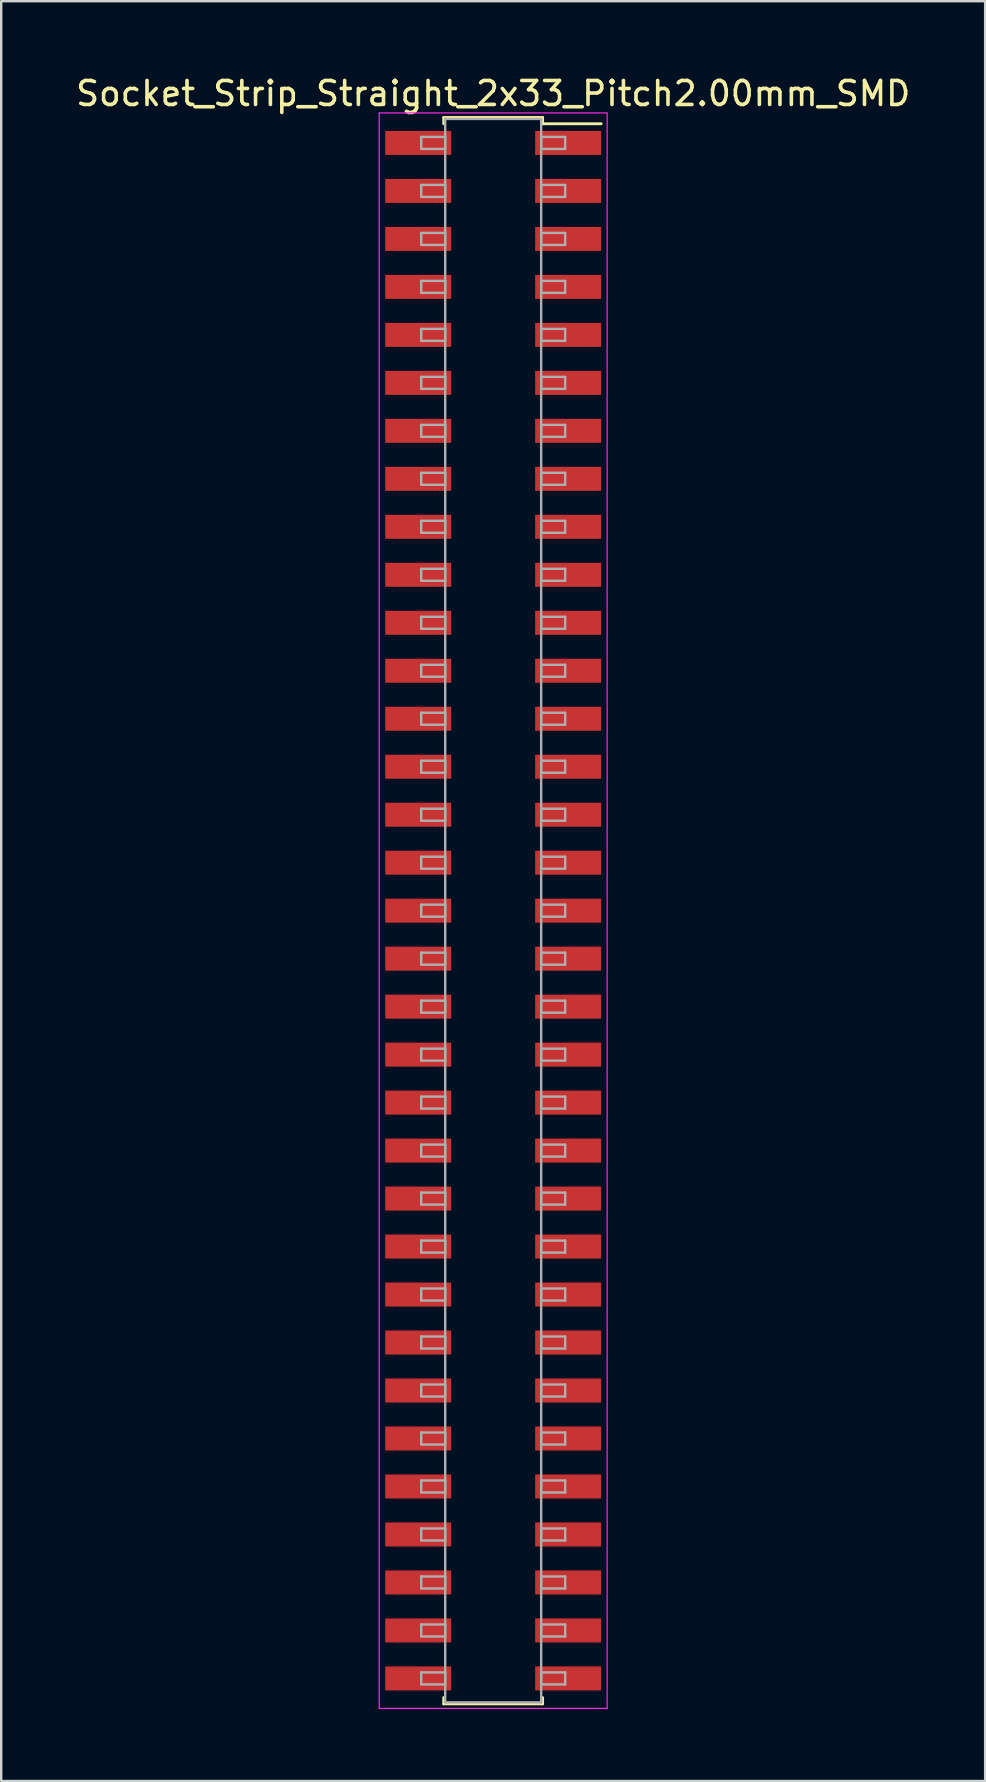
<source format=kicad_pcb>
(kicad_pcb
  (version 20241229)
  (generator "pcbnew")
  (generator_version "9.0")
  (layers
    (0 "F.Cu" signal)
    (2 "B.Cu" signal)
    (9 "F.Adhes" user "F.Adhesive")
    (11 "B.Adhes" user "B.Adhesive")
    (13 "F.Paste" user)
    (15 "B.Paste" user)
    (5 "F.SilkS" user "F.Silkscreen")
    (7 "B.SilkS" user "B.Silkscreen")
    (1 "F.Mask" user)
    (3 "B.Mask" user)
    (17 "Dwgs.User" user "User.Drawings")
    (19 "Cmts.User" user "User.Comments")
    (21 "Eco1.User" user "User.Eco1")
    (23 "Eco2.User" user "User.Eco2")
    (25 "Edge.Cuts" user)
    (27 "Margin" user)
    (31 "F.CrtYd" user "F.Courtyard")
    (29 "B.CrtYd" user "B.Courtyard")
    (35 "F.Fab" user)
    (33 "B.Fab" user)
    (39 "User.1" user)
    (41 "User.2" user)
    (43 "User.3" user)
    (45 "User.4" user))
  (footprint "Socket_Strip_Straight_2x33_Pitch2.00mm_SMD"
    (layer "F.Cu")
    (at 17.506 34.908)
    (property "Reference" "Socket_Strip_Straight_2x33_Pitch2.00mm_SMD" (at 0 -34.06 0) (layer "F.SilkS") (effects (font (size 1 1) (thickness 0.15))))
    (attr smd)
    (fp_line (start -2.06 -33.06) (end 2.06 -33.06) (stroke (width 0.12) (type solid)) (layer "F.SilkS"))
    (fp_line (start -2.06 -32.8) (end -2.06 -33.06) (stroke (width 0.12) (type solid)) (layer "F.SilkS"))
    (fp_line (start -2.06 32.8) (end -2.06 33.06) (stroke (width 0.12) (type solid)) (layer "F.SilkS"))
    (fp_line (start -2.06 33.06) (end 2.06 33.06) (stroke (width 0.12) (type solid)) (layer "F.SilkS"))
    (fp_line (start 2.06 -33.06) (end 2.06 -32.8) (stroke (width 0.12) (type solid)) (layer "F.SilkS"))
    (fp_line (start 2.06 33.06) (end 2.06 32.8) (stroke (width 0.12) (type solid)) (layer "F.SilkS"))
    (fp_line (start 4.5 -32.8) (end 2.06 -32.8) (stroke (width 0.12) (type solid)) (layer "F.SilkS"))
    (fp_line (start -4.75 -33.25) (end -4.75 33.25) (stroke (width 0.05) (type solid)) (layer "F.CrtYd"))
    (fp_line (start -4.75 33.25) (end 4.75 33.25) (stroke (width 0.05) (type solid)) (layer "F.CrtYd"))
    (fp_line (start 4.75 -33.25) (end -4.75 -33.25) (stroke (width 0.05) (type solid)) (layer "F.CrtYd"))
    (fp_line (start 4.75 33.25) (end 4.75 -33.25) (stroke (width 0.05) (type solid)) (layer "F.CrtYd"))
    (fp_line (start -3 -32.25) (end -2 -32.25) (stroke (width 0.1) (type solid)) (layer "F.Fab"))
    (fp_line (start -3 -31.75) (end -3 -32.25) (stroke (width 0.1) (type solid)) (layer "F.Fab"))
    (fp_line (start -3 -30.25) (end -2 -30.25) (stroke (width 0.1) (type solid)) (layer "F.Fab"))
    (fp_line (start -3 -29.75) (end -3 -30.25) (stroke (width 0.1) (type solid)) (layer "F.Fab"))
    (fp_line (start -3 -28.25) (end -2 -28.25) (stroke (width 0.1) (type solid)) (layer "F.Fab"))
    (fp_line (start -3 -27.75) (end -3 -28.25) (stroke (width 0.1) (type solid)) (layer "F.Fab"))
    (fp_line (start -3 -26.25) (end -2 -26.25) (stroke (width 0.1) (type solid)) (layer "F.Fab"))
    (fp_line (start -3 -25.75) (end -3 -26.25) (stroke (width 0.1) (type solid)) (layer "F.Fab"))
    (fp_line (start -3 -24.25) (end -2 -24.25) (stroke (width 0.1) (type solid)) (layer "F.Fab"))
    (fp_line (start -3 -23.75) (end -3 -24.25) (stroke (width 0.1) (type solid)) (layer "F.Fab"))
    (fp_line (start -3 -22.25) (end -2 -22.25) (stroke (width 0.1) (type solid)) (layer "F.Fab"))
    (fp_line (start -3 -21.75) (end -3 -22.25) (stroke (width 0.1) (type solid)) (layer "F.Fab"))
    (fp_line (start -3 -20.25) (end -2 -20.25) (stroke (width 0.1) (type solid)) (layer "F.Fab"))
    (fp_line (start -3 -19.75) (end -3 -20.25) (stroke (width 0.1) (type solid)) (layer "F.Fab"))
    (fp_line (start -3 -18.25) (end -2 -18.25) (stroke (width 0.1) (type solid)) (layer "F.Fab"))
    (fp_line (start -3 -17.75) (end -3 -18.25) (stroke (width 0.1) (type solid)) (layer "F.Fab"))
    (fp_line (start -3 -16.25) (end -2 -16.25) (stroke (width 0.1) (type solid)) (layer "F.Fab"))
    (fp_line (start -3 -15.75) (end -3 -16.25) (stroke (width 0.1) (type solid)) (layer "F.Fab"))
    (fp_line (start -3 -14.25) (end -2 -14.25) (stroke (width 0.1) (type solid)) (layer "F.Fab"))
    (fp_line (start -3 -13.75) (end -3 -14.25) (stroke (width 0.1) (type solid)) (layer "F.Fab"))
    (fp_line (start -3 -12.25) (end -2 -12.25) (stroke (width 0.1) (type solid)) (layer "F.Fab"))
    (fp_line (start -3 -11.75) (end -3 -12.25) (stroke (width 0.1) (type solid)) (layer "F.Fab"))
    (fp_line (start -3 -10.25) (end -2 -10.25) (stroke (width 0.1) (type solid)) (layer "F.Fab"))
    (fp_line (start -3 -9.75) (end -3 -10.25) (stroke (width 0.1) (type solid)) (layer "F.Fab"))
    (fp_line (start -3 -8.25) (end -2 -8.25) (stroke (width 0.1) (type solid)) (layer "F.Fab"))
    (fp_line (start -3 -7.75) (end -3 -8.25) (stroke (width 0.1) (type solid)) (layer "F.Fab"))
    (fp_line (start -3 -6.25) (end -2 -6.25) (stroke (width 0.1) (type solid)) (layer "F.Fab"))
    (fp_line (start -3 -5.75) (end -3 -6.25) (stroke (width 0.1) (type solid)) (layer "F.Fab"))
    (fp_line (start -3 -4.25) (end -2 -4.25) (stroke (width 0.1) (type solid)) (layer "F.Fab"))
    (fp_line (start -3 -3.75) (end -3 -4.25) (stroke (width 0.1) (type solid)) (layer "F.Fab"))
    (fp_line (start -3 -2.25) (end -2 -2.25) (stroke (width 0.1) (type solid)) (layer "F.Fab"))
    (fp_line (start -3 -1.75) (end -3 -2.25) (stroke (width 0.1) (type solid)) (layer "F.Fab"))
    (fp_line (start -3 -0.25) (end -2 -0.25) (stroke (width 0.1) (type solid)) (layer "F.Fab"))
    (fp_line (start -3 0.25) (end -3 -0.25) (stroke (width 0.1) (type solid)) (layer "F.Fab"))
    (fp_line (start -3 1.75) (end -2 1.75) (stroke (width 0.1) (type solid)) (layer "F.Fab"))
    (fp_line (start -3 2.25) (end -3 1.75) (stroke (width 0.1) (type solid)) (layer "F.Fab"))
    (fp_line (start -3 3.75) (end -2 3.75) (stroke (width 0.1) (type solid)) (layer "F.Fab"))
    (fp_line (start -3 4.25) (end -3 3.75) (stroke (width 0.1) (type solid)) (layer "F.Fab"))
    (fp_line (start -3 5.75) (end -2 5.75) (stroke (width 0.1) (type solid)) (layer "F.Fab"))
    (fp_line (start -3 6.25) (end -3 5.75) (stroke (width 0.1) (type solid)) (layer "F.Fab"))
    (fp_line (start -3 7.75) (end -2 7.75) (stroke (width 0.1) (type solid)) (layer "F.Fab"))
    (fp_line (start -3 8.25) (end -3 7.75) (stroke (width 0.1) (type solid)) (layer "F.Fab"))
    (fp_line (start -3 9.75) (end -2 9.75) (stroke (width 0.1) (type solid)) (layer "F.Fab"))
    (fp_line (start -3 10.25) (end -3 9.75) (stroke (width 0.1) (type solid)) (layer "F.Fab"))
    (fp_line (start -3 11.75) (end -2 11.75) (stroke (width 0.1) (type solid)) (layer "F.Fab"))
    (fp_line (start -3 12.25) (end -3 11.75) (stroke (width 0.1) (type solid)) (layer "F.Fab"))
    (fp_line (start -3 13.75) (end -2 13.75) (stroke (width 0.1) (type solid)) (layer "F.Fab"))
    (fp_line (start -3 14.25) (end -3 13.75) (stroke (width 0.1) (type solid)) (layer "F.Fab"))
    (fp_line (start -3 15.75) (end -2 15.75) (stroke (width 0.1) (type solid)) (layer "F.Fab"))
    (fp_line (start -3 16.25) (end -3 15.75) (stroke (width 0.1) (type solid)) (layer "F.Fab"))
    (fp_line (start -3 17.75) (end -2 17.75) (stroke (width 0.1) (type solid)) (layer "F.Fab"))
    (fp_line (start -3 18.25) (end -3 17.75) (stroke (width 0.1) (type solid)) (layer "F.Fab"))
    (fp_line (start -3 19.75) (end -2 19.75) (stroke (width 0.1) (type solid)) (layer "F.Fab"))
    (fp_line (start -3 20.25) (end -3 19.75) (stroke (width 0.1) (type solid)) (layer "F.Fab"))
    (fp_line (start -3 21.75) (end -2 21.75) (stroke (width 0.1) (type solid)) (layer "F.Fab"))
    (fp_line (start -3 22.25) (end -3 21.75) (stroke (width 0.1) (type solid)) (layer "F.Fab"))
    (fp_line (start -3 23.75) (end -2 23.75) (stroke (width 0.1) (type solid)) (layer "F.Fab"))
    (fp_line (start -3 24.25) (end -3 23.75) (stroke (width 0.1) (type solid)) (layer "F.Fab"))
    (fp_line (start -3 25.75) (end -2 25.75) (stroke (width 0.1) (type solid)) (layer "F.Fab"))
    (fp_line (start -3 26.25) (end -3 25.75) (stroke (width 0.1) (type solid)) (layer "F.Fab"))
    (fp_line (start -3 27.75) (end -2 27.75) (stroke (width 0.1) (type solid)) (layer "F.Fab"))
    (fp_line (start -3 28.25) (end -3 27.75) (stroke (width 0.1) (type solid)) (layer "F.Fab"))
    (fp_line (start -3 29.75) (end -2 29.75) (stroke (width 0.1) (type solid)) (layer "F.Fab"))
    (fp_line (start -3 30.25) (end -3 29.75) (stroke (width 0.1) (type solid)) (layer "F.Fab"))
    (fp_line (start -3 31.75) (end -2 31.75) (stroke (width 0.1) (type solid)) (layer "F.Fab"))
    (fp_line (start -3 32.25) (end -3 31.75) (stroke (width 0.1) (type solid)) (layer "F.Fab"))
    (fp_line (start -2 -33) (end -2 33) (stroke (width 0.1) (type solid)) (layer "F.Fab"))
    (fp_line (start -2 -32.25) (end -2 -31.75) (stroke (width 0.1) (type solid)) (layer "F.Fab"))
    (fp_line (start -2 -31.75) (end -3 -31.75) (stroke (width 0.1) (type solid)) (layer "F.Fab"))
    (fp_line (start -2 -30.25) (end -2 -29.75) (stroke (width 0.1) (type solid)) (layer "F.Fab"))
    (fp_line (start -2 -29.75) (end -3 -29.75) (stroke (width 0.1) (type solid)) (layer "F.Fab"))
    (fp_line (start -2 -28.25) (end -2 -27.75) (stroke (width 0.1) (type solid)) (layer "F.Fab"))
    (fp_line (start -2 -27.75) (end -3 -27.75) (stroke (width 0.1) (type solid)) (layer "F.Fab"))
    (fp_line (start -2 -26.25) (end -2 -25.75) (stroke (width 0.1) (type solid)) (layer "F.Fab"))
    (fp_line (start -2 -25.75) (end -3 -25.75) (stroke (width 0.1) (type solid)) (layer "F.Fab"))
    (fp_line (start -2 -24.25) (end -2 -23.75) (stroke (width 0.1) (type solid)) (layer "F.Fab"))
    (fp_line (start -2 -23.75) (end -3 -23.75) (stroke (width 0.1) (type solid)) (layer "F.Fab"))
    (fp_line (start -2 -22.25) (end -2 -21.75) (stroke (width 0.1) (type solid)) (layer "F.Fab"))
    (fp_line (start -2 -21.75) (end -3 -21.75) (stroke (width 0.1) (type solid)) (layer "F.Fab"))
    (fp_line (start -2 -20.25) (end -2 -19.75) (stroke (width 0.1) (type solid)) (layer "F.Fab"))
    (fp_line (start -2 -19.75) (end -3 -19.75) (stroke (width 0.1) (type solid)) (layer "F.Fab"))
    (fp_line (start -2 -18.25) (end -2 -17.75) (stroke (width 0.1) (type solid)) (layer "F.Fab"))
    (fp_line (start -2 -17.75) (end -3 -17.75) (stroke (width 0.1) (type solid)) (layer "F.Fab"))
    (fp_line (start -2 -16.25) (end -2 -15.75) (stroke (width 0.1) (type solid)) (layer "F.Fab"))
    (fp_line (start -2 -15.75) (end -3 -15.75) (stroke (width 0.1) (type solid)) (layer "F.Fab"))
    (fp_line (start -2 -14.25) (end -2 -13.75) (stroke (width 0.1) (type solid)) (layer "F.Fab"))
    (fp_line (start -2 -13.75) (end -3 -13.75) (stroke (width 0.1) (type solid)) (layer "F.Fab"))
    (fp_line (start -2 -12.25) (end -2 -11.75) (stroke (width 0.1) (type solid)) (layer "F.Fab"))
    (fp_line (start -2 -11.75) (end -3 -11.75) (stroke (width 0.1) (type solid)) (layer "F.Fab"))
    (fp_line (start -2 -10.25) (end -2 -9.75) (stroke (width 0.1) (type solid)) (layer "F.Fab"))
    (fp_line (start -2 -9.75) (end -3 -9.75) (stroke (width 0.1) (type solid)) (layer "F.Fab"))
    (fp_line (start -2 -8.25) (end -2 -7.75) (stroke (width 0.1) (type solid)) (layer "F.Fab"))
    (fp_line (start -2 -7.75) (end -3 -7.75) (stroke (width 0.1) (type solid)) (layer "F.Fab"))
    (fp_line (start -2 -6.25) (end -2 -5.75) (stroke (width 0.1) (type solid)) (layer "F.Fab"))
    (fp_line (start -2 -5.75) (end -3 -5.75) (stroke (width 0.1) (type solid)) (layer "F.Fab"))
    (fp_line (start -2 -4.25) (end -2 -3.75) (stroke (width 0.1) (type solid)) (layer "F.Fab"))
    (fp_line (start -2 -3.75) (end -3 -3.75) (stroke (width 0.1) (type solid)) (layer "F.Fab"))
    (fp_line (start -2 -2.25) (end -2 -1.75) (stroke (width 0.1) (type solid)) (layer "F.Fab"))
    (fp_line (start -2 -1.75) (end -3 -1.75) (stroke (width 0.1) (type solid)) (layer "F.Fab"))
    (fp_line (start -2 -0.25) (end -2 0.25) (stroke (width 0.1) (type solid)) (layer "F.Fab"))
    (fp_line (start -2 0.25) (end -3 0.25) (stroke (width 0.1) (type solid)) (layer "F.Fab"))
    (fp_line (start -2 1.75) (end -2 2.25) (stroke (width 0.1) (type solid)) (layer "F.Fab"))
    (fp_line (start -2 2.25) (end -3 2.25) (stroke (width 0.1) (type solid)) (layer "F.Fab"))
    (fp_line (start -2 3.75) (end -2 4.25) (stroke (width 0.1) (type solid)) (layer "F.Fab"))
    (fp_line (start -2 4.25) (end -3 4.25) (stroke (width 0.1) (type solid)) (layer "F.Fab"))
    (fp_line (start -2 5.75) (end -2 6.25) (stroke (width 0.1) (type solid)) (layer "F.Fab"))
    (fp_line (start -2 6.25) (end -3 6.25) (stroke (width 0.1) (type solid)) (layer "F.Fab"))
    (fp_line (start -2 7.75) (end -2 8.25) (stroke (width 0.1) (type solid)) (layer "F.Fab"))
    (fp_line (start -2 8.25) (end -3 8.25) (stroke (width 0.1) (type solid)) (layer "F.Fab"))
    (fp_line (start -2 9.75) (end -2 10.25) (stroke (width 0.1) (type solid)) (layer "F.Fab"))
    (fp_line (start -2 10.25) (end -3 10.25) (stroke (width 0.1) (type solid)) (layer "F.Fab"))
    (fp_line (start -2 11.75) (end -2 12.25) (stroke (width 0.1) (type solid)) (layer "F.Fab"))
    (fp_line (start -2 12.25) (end -3 12.25) (stroke (width 0.1) (type solid)) (layer "F.Fab"))
    (fp_line (start -2 13.75) (end -2 14.25) (stroke (width 0.1) (type solid)) (layer "F.Fab"))
    (fp_line (start -2 14.25) (end -3 14.25) (stroke (width 0.1) (type solid)) (layer "F.Fab"))
    (fp_line (start -2 15.75) (end -2 16.25) (stroke (width 0.1) (type solid)) (layer "F.Fab"))
    (fp_line (start -2 16.25) (end -3 16.25) (stroke (width 0.1) (type solid)) (layer "F.Fab"))
    (fp_line (start -2 17.75) (end -2 18.25) (stroke (width 0.1) (type solid)) (layer "F.Fab"))
    (fp_line (start -2 18.25) (end -3 18.25) (stroke (width 0.1) (type solid)) (layer "F.Fab"))
    (fp_line (start -2 19.75) (end -2 20.25) (stroke (width 0.1) (type solid)) (layer "F.Fab"))
    (fp_line (start -2 20.25) (end -3 20.25) (stroke (width 0.1) (type solid)) (layer "F.Fab"))
    (fp_line (start -2 21.75) (end -2 22.25) (stroke (width 0.1) (type solid)) (layer "F.Fab"))
    (fp_line (start -2 22.25) (end -3 22.25) (stroke (width 0.1) (type solid)) (layer "F.Fab"))
    (fp_line (start -2 23.75) (end -2 24.25) (stroke (width 0.1) (type solid)) (layer "F.Fab"))
    (fp_line (start -2 24.25) (end -3 24.25) (stroke (width 0.1) (type solid)) (layer "F.Fab"))
    (fp_line (start -2 25.75) (end -2 26.25) (stroke (width 0.1) (type solid)) (layer "F.Fab"))
    (fp_line (start -2 26.25) (end -3 26.25) (stroke (width 0.1) (type solid)) (layer "F.Fab"))
    (fp_line (start -2 27.75) (end -2 28.25) (stroke (width 0.1) (type solid)) (layer "F.Fab"))
    (fp_line (start -2 28.25) (end -3 28.25) (stroke (width 0.1) (type solid)) (layer "F.Fab"))
    (fp_line (start -2 29.75) (end -2 30.25) (stroke (width 0.1) (type solid)) (layer "F.Fab"))
    (fp_line (start -2 30.25) (end -3 30.25) (stroke (width 0.1) (type solid)) (layer "F.Fab"))
    (fp_line (start -2 31.75) (end -2 32.25) (stroke (width 0.1) (type solid)) (layer "F.Fab"))
    (fp_line (start -2 32.25) (end -3 32.25) (stroke (width 0.1) (type solid)) (layer "F.Fab"))
    (fp_line (start -2 33) (end 2 33) (stroke (width 0.1) (type solid)) (layer "F.Fab"))
    (fp_line (start 2 -33) (end -2 -33) (stroke (width 0.1) (type solid)) (layer "F.Fab"))
    (fp_line (start 2 -32.25) (end 2 -31.75) (stroke (width 0.1) (type solid)) (layer "F.Fab"))
    (fp_line (start 2 -31.75) (end 3 -31.75) (stroke (width 0.1) (type solid)) (layer "F.Fab"))
    (fp_line (start 2 -30.25) (end 2 -29.75) (stroke (width 0.1) (type solid)) (layer "F.Fab"))
    (fp_line (start 2 -29.75) (end 3 -29.75) (stroke (width 0.1) (type solid)) (layer "F.Fab"))
    (fp_line (start 2 -28.25) (end 2 -27.75) (stroke (width 0.1) (type solid)) (layer "F.Fab"))
    (fp_line (start 2 -27.75) (end 3 -27.75) (stroke (width 0.1) (type solid)) (layer "F.Fab"))
    (fp_line (start 2 -26.25) (end 2 -25.75) (stroke (width 0.1) (type solid)) (layer "F.Fab"))
    (fp_line (start 2 -25.75) (end 3 -25.75) (stroke (width 0.1) (type solid)) (layer "F.Fab"))
    (fp_line (start 2 -24.25) (end 2 -23.75) (stroke (width 0.1) (type solid)) (layer "F.Fab"))
    (fp_line (start 2 -23.75) (end 3 -23.75) (stroke (width 0.1) (type solid)) (layer "F.Fab"))
    (fp_line (start 2 -22.25) (end 2 -21.75) (stroke (width 0.1) (type solid)) (layer "F.Fab"))
    (fp_line (start 2 -21.75) (end 3 -21.75) (stroke (width 0.1) (type solid)) (layer "F.Fab"))
    (fp_line (start 2 -20.25) (end 2 -19.75) (stroke (width 0.1) (type solid)) (layer "F.Fab"))
    (fp_line (start 2 -19.75) (end 3 -19.75) (stroke (width 0.1) (type solid)) (layer "F.Fab"))
    (fp_line (start 2 -18.25) (end 2 -17.75) (stroke (width 0.1) (type solid)) (layer "F.Fab"))
    (fp_line (start 2 -17.75) (end 3 -17.75) (stroke (width 0.1) (type solid)) (layer "F.Fab"))
    (fp_line (start 2 -16.25) (end 2 -15.75) (stroke (width 0.1) (type solid)) (layer "F.Fab"))
    (fp_line (start 2 -15.75) (end 3 -15.75) (stroke (width 0.1) (type solid)) (layer "F.Fab"))
    (fp_line (start 2 -14.25) (end 2 -13.75) (stroke (width 0.1) (type solid)) (layer "F.Fab"))
    (fp_line (start 2 -13.75) (end 3 -13.75) (stroke (width 0.1) (type solid)) (layer "F.Fab"))
    (fp_line (start 2 -12.25) (end 2 -11.75) (stroke (width 0.1) (type solid)) (layer "F.Fab"))
    (fp_line (start 2 -11.75) (end 3 -11.75) (stroke (width 0.1) (type solid)) (layer "F.Fab"))
    (fp_line (start 2 -10.25) (end 2 -9.75) (stroke (width 0.1) (type solid)) (layer "F.Fab"))
    (fp_line (start 2 -9.75) (end 3 -9.75) (stroke (width 0.1) (type solid)) (layer "F.Fab"))
    (fp_line (start 2 -8.25) (end 2 -7.75) (stroke (width 0.1) (type solid)) (layer "F.Fab"))
    (fp_line (start 2 -7.75) (end 3 -7.75) (stroke (width 0.1) (type solid)) (layer "F.Fab"))
    (fp_line (start 2 -6.25) (end 2 -5.75) (stroke (width 0.1) (type solid)) (layer "F.Fab"))
    (fp_line (start 2 -5.75) (end 3 -5.75) (stroke (width 0.1) (type solid)) (layer "F.Fab"))
    (fp_line (start 2 -4.25) (end 2 -3.75) (stroke (width 0.1) (type solid)) (layer "F.Fab"))
    (fp_line (start 2 -3.75) (end 3 -3.75) (stroke (width 0.1) (type solid)) (layer "F.Fab"))
    (fp_line (start 2 -2.25) (end 2 -1.75) (stroke (width 0.1) (type solid)) (layer "F.Fab"))
    (fp_line (start 2 -1.75) (end 3 -1.75) (stroke (width 0.1) (type solid)) (layer "F.Fab"))
    (fp_line (start 2 -0.25) (end 2 0.25) (stroke (width 0.1) (type solid)) (layer "F.Fab"))
    (fp_line (start 2 0.25) (end 3 0.25) (stroke (width 0.1) (type solid)) (layer "F.Fab"))
    (fp_line (start 2 1.75) (end 2 2.25) (stroke (width 0.1) (type solid)) (layer "F.Fab"))
    (fp_line (start 2 2.25) (end 3 2.25) (stroke (width 0.1) (type solid)) (layer "F.Fab"))
    (fp_line (start 2 3.75) (end 2 4.25) (stroke (width 0.1) (type solid)) (layer "F.Fab"))
    (fp_line (start 2 4.25) (end 3 4.25) (stroke (width 0.1) (type solid)) (layer "F.Fab"))
    (fp_line (start 2 5.75) (end 2 6.25) (stroke (width 0.1) (type solid)) (layer "F.Fab"))
    (fp_line (start 2 6.25) (end 3 6.25) (stroke (width 0.1) (type solid)) (layer "F.Fab"))
    (fp_line (start 2 7.75) (end 2 8.25) (stroke (width 0.1) (type solid)) (layer "F.Fab"))
    (fp_line (start 2 8.25) (end 3 8.25) (stroke (width 0.1) (type solid)) (layer "F.Fab"))
    (fp_line (start 2 9.75) (end 2 10.25) (stroke (width 0.1) (type solid)) (layer "F.Fab"))
    (fp_line (start 2 10.25) (end 3 10.25) (stroke (width 0.1) (type solid)) (layer "F.Fab"))
    (fp_line (start 2 11.75) (end 2 12.25) (stroke (width 0.1) (type solid)) (layer "F.Fab"))
    (fp_line (start 2 12.25) (end 3 12.25) (stroke (width 0.1) (type solid)) (layer "F.Fab"))
    (fp_line (start 2 13.75) (end 2 14.25) (stroke (width 0.1) (type solid)) (layer "F.Fab"))
    (fp_line (start 2 14.25) (end 3 14.25) (stroke (width 0.1) (type solid)) (layer "F.Fab"))
    (fp_line (start 2 15.75) (end 2 16.25) (stroke (width 0.1) (type solid)) (layer "F.Fab"))
    (fp_line (start 2 16.25) (end 3 16.25) (stroke (width 0.1) (type solid)) (layer "F.Fab"))
    (fp_line (start 2 17.75) (end 2 18.25) (stroke (width 0.1) (type solid)) (layer "F.Fab"))
    (fp_line (start 2 18.25) (end 3 18.25) (stroke (width 0.1) (type solid)) (layer "F.Fab"))
    (fp_line (start 2 19.75) (end 2 20.25) (stroke (width 0.1) (type solid)) (layer "F.Fab"))
    (fp_line (start 2 20.25) (end 3 20.25) (stroke (width 0.1) (type solid)) (layer "F.Fab"))
    (fp_line (start 2 21.75) (end 2 22.25) (stroke (width 0.1) (type solid)) (layer "F.Fab"))
    (fp_line (start 2 22.25) (end 3 22.25) (stroke (width 0.1) (type solid)) (layer "F.Fab"))
    (fp_line (start 2 23.75) (end 2 24.25) (stroke (width 0.1) (type solid)) (layer "F.Fab"))
    (fp_line (start 2 24.25) (end 3 24.25) (stroke (width 0.1) (type solid)) (layer "F.Fab"))
    (fp_line (start 2 25.75) (end 2 26.25) (stroke (width 0.1) (type solid)) (layer "F.Fab"))
    (fp_line (start 2 26.25) (end 3 26.25) (stroke (width 0.1) (type solid)) (layer "F.Fab"))
    (fp_line (start 2 27.75) (end 2 28.25) (stroke (width 0.1) (type solid)) (layer "F.Fab"))
    (fp_line (start 2 28.25) (end 3 28.25) (stroke (width 0.1) (type solid)) (layer "F.Fab"))
    (fp_line (start 2 29.75) (end 2 30.25) (stroke (width 0.1) (type solid)) (layer "F.Fab"))
    (fp_line (start 2 30.25) (end 3 30.25) (stroke (width 0.1) (type solid)) (layer "F.Fab"))
    (fp_line (start 2 31.75) (end 2 32.25) (stroke (width 0.1) (type solid)) (layer "F.Fab"))
    (fp_line (start 2 32.25) (end 3 32.25) (stroke (width 0.1) (type solid)) (layer "F.Fab"))
    (fp_line (start 2 33) (end 2 -33) (stroke (width 0.1) (type solid)) (layer "F.Fab"))
    (fp_line (start 3 -32.25) (end 2 -32.25) (stroke (width 0.1) (type solid)) (layer "F.Fab"))
    (fp_line (start 3 -31.75) (end 3 -32.25) (stroke (width 0.1) (type solid)) (layer "F.Fab"))
    (fp_line (start 3 -30.25) (end 2 -30.25) (stroke (width 0.1) (type solid)) (layer "F.Fab"))
    (fp_line (start 3 -29.75) (end 3 -30.25) (stroke (width 0.1) (type solid)) (layer "F.Fab"))
    (fp_line (start 3 -28.25) (end 2 -28.25) (stroke (width 0.1) (type solid)) (layer "F.Fab"))
    (fp_line (start 3 -27.75) (end 3 -28.25) (stroke (width 0.1) (type solid)) (layer "F.Fab"))
    (fp_line (start 3 -26.25) (end 2 -26.25) (stroke (width 0.1) (type solid)) (layer "F.Fab"))
    (fp_line (start 3 -25.75) (end 3 -26.25) (stroke (width 0.1) (type solid)) (layer "F.Fab"))
    (fp_line (start 3 -24.25) (end 2 -24.25) (stroke (width 0.1) (type solid)) (layer "F.Fab"))
    (fp_line (start 3 -23.75) (end 3 -24.25) (stroke (width 0.1) (type solid)) (layer "F.Fab"))
    (fp_line (start 3 -22.25) (end 2 -22.25) (stroke (width 0.1) (type solid)) (layer "F.Fab"))
    (fp_line (start 3 -21.75) (end 3 -22.25) (stroke (width 0.1) (type solid)) (layer "F.Fab"))
    (fp_line (start 3 -20.25) (end 2 -20.25) (stroke (width 0.1) (type solid)) (layer "F.Fab"))
    (fp_line (start 3 -19.75) (end 3 -20.25) (stroke (width 0.1) (type solid)) (layer "F.Fab"))
    (fp_line (start 3 -18.25) (end 2 -18.25) (stroke (width 0.1) (type solid)) (layer "F.Fab"))
    (fp_line (start 3 -17.75) (end 3 -18.25) (stroke (width 0.1) (type solid)) (layer "F.Fab"))
    (fp_line (start 3 -16.25) (end 2 -16.25) (stroke (width 0.1) (type solid)) (layer "F.Fab"))
    (fp_line (start 3 -15.75) (end 3 -16.25) (stroke (width 0.1) (type solid)) (layer "F.Fab"))
    (fp_line (start 3 -14.25) (end 2 -14.25) (stroke (width 0.1) (type solid)) (layer "F.Fab"))
    (fp_line (start 3 -13.75) (end 3 -14.25) (stroke (width 0.1) (type solid)) (layer "F.Fab"))
    (fp_line (start 3 -12.25) (end 2 -12.25) (stroke (width 0.1) (type solid)) (layer "F.Fab"))
    (fp_line (start 3 -11.75) (end 3 -12.25) (stroke (width 0.1) (type solid)) (layer "F.Fab"))
    (fp_line (start 3 -10.25) (end 2 -10.25) (stroke (width 0.1) (type solid)) (layer "F.Fab"))
    (fp_line (start 3 -9.75) (end 3 -10.25) (stroke (width 0.1) (type solid)) (layer "F.Fab"))
    (fp_line (start 3 -8.25) (end 2 -8.25) (stroke (width 0.1) (type solid)) (layer "F.Fab"))
    (fp_line (start 3 -7.75) (end 3 -8.25) (stroke (width 0.1) (type solid)) (layer "F.Fab"))
    (fp_line (start 3 -6.25) (end 2 -6.25) (stroke (width 0.1) (type solid)) (layer "F.Fab"))
    (fp_line (start 3 -5.75) (end 3 -6.25) (stroke (width 0.1) (type solid)) (layer "F.Fab"))
    (fp_line (start 3 -4.25) (end 2 -4.25) (stroke (width 0.1) (type solid)) (layer "F.Fab"))
    (fp_line (start 3 -3.75) (end 3 -4.25) (stroke (width 0.1) (type solid)) (layer "F.Fab"))
    (fp_line (start 3 -2.25) (end 2 -2.25) (stroke (width 0.1) (type solid)) (layer "F.Fab"))
    (fp_line (start 3 -1.75) (end 3 -2.25) (stroke (width 0.1) (type solid)) (layer "F.Fab"))
    (fp_line (start 3 -0.25) (end 2 -0.25) (stroke (width 0.1) (type solid)) (layer "F.Fab"))
    (fp_line (start 3 0.25) (end 3 -0.25) (stroke (width 0.1) (type solid)) (layer "F.Fab"))
    (fp_line (start 3 1.75) (end 2 1.75) (stroke (width 0.1) (type solid)) (layer "F.Fab"))
    (fp_line (start 3 2.25) (end 3 1.75) (stroke (width 0.1) (type solid)) (layer "F.Fab"))
    (fp_line (start 3 3.75) (end 2 3.75) (stroke (width 0.1) (type solid)) (layer "F.Fab"))
    (fp_line (start 3 4.25) (end 3 3.75) (stroke (width 0.1) (type solid)) (layer "F.Fab"))
    (fp_line (start 3 5.75) (end 2 5.75) (stroke (width 0.1) (type solid)) (layer "F.Fab"))
    (fp_line (start 3 6.25) (end 3 5.75) (stroke (width 0.1) (type solid)) (layer "F.Fab"))
    (fp_line (start 3 7.75) (end 2 7.75) (stroke (width 0.1) (type solid)) (layer "F.Fab"))
    (fp_line (start 3 8.25) (end 3 7.75) (stroke (width 0.1) (type solid)) (layer "F.Fab"))
    (fp_line (start 3 9.75) (end 2 9.75) (stroke (width 0.1) (type solid)) (layer "F.Fab"))
    (fp_line (start 3 10.25) (end 3 9.75) (stroke (width 0.1) (type solid)) (layer "F.Fab"))
    (fp_line (start 3 11.75) (end 2 11.75) (stroke (width 0.1) (type solid)) (layer "F.Fab"))
    (fp_line (start 3 12.25) (end 3 11.75) (stroke (width 0.1) (type solid)) (layer "F.Fab"))
    (fp_line (start 3 13.75) (end 2 13.75) (stroke (width 0.1) (type solid)) (layer "F.Fab"))
    (fp_line (start 3 14.25) (end 3 13.75) (stroke (width 0.1) (type solid)) (layer "F.Fab"))
    (fp_line (start 3 15.75) (end 2 15.75) (stroke (width 0.1) (type solid)) (layer "F.Fab"))
    (fp_line (start 3 16.25) (end 3 15.75) (stroke (width 0.1) (type solid)) (layer "F.Fab"))
    (fp_line (start 3 17.75) (end 2 17.75) (stroke (width 0.1) (type solid)) (layer "F.Fab"))
    (fp_line (start 3 18.25) (end 3 17.75) (stroke (width 0.1) (type solid)) (layer "F.Fab"))
    (fp_line (start 3 19.75) (end 2 19.75) (stroke (width 0.1) (type solid)) (layer "F.Fab"))
    (fp_line (start 3 20.25) (end 3 19.75) (stroke (width 0.1) (type solid)) (layer "F.Fab"))
    (fp_line (start 3 21.75) (end 2 21.75) (stroke (width 0.1) (type solid)) (layer "F.Fab"))
    (fp_line (start 3 22.25) (end 3 21.75) (stroke (width 0.1) (type solid)) (layer "F.Fab"))
    (fp_line (start 3 23.75) (end 2 23.75) (stroke (width 0.1) (type solid)) (layer "F.Fab"))
    (fp_line (start 3 24.25) (end 3 23.75) (stroke (width 0.1) (type solid)) (layer "F.Fab"))
    (fp_line (start 3 25.75) (end 2 25.75) (stroke (width 0.1) (type solid)) (layer "F.Fab"))
    (fp_line (start 3 26.25) (end 3 25.75) (stroke (width 0.1) (type solid)) (layer "F.Fab"))
    (fp_line (start 3 27.75) (end 2 27.75) (stroke (width 0.1) (type solid)) (layer "F.Fab"))
    (fp_line (start 3 28.25) (end 3 27.75) (stroke (width 0.1) (type solid)) (layer "F.Fab"))
    (fp_line (start 3 29.75) (end 2 29.75) (stroke (width 0.1) (type solid)) (layer "F.Fab"))
    (fp_line (start 3 30.25) (end 3 29.75) (stroke (width 0.1) (type solid)) (layer "F.Fab"))
    (fp_line (start 3 31.75) (end 2 31.75) (stroke (width 0.1) (type solid)) (layer "F.Fab"))
    (fp_line (start 3 32.25) (end 3 31.75) (stroke (width 0.1) (type solid)) (layer "F.Fab"))
    (pad "1" smd rect (at 3.125 -32) (size 2.75 1) (layers "F.Cu" "F.Mask"))
    (pad "2" smd rect (at -3.125 -32) (size 2.75 1) (layers "F.Cu" "F.Mask"))
    (pad "3" smd rect (at 3.125 -30) (size 2.75 1) (layers "F.Cu" "F.Mask"))
    (pad "4" smd rect (at -3.125 -30) (size 2.75 1) (layers "F.Cu" "F.Mask"))
    (pad "5" smd rect (at 3.125 -28) (size 2.75 1) (layers "F.Cu" "F.Mask"))
    (pad "6" smd rect (at -3.125 -28) (size 2.75 1) (layers "F.Cu" "F.Mask"))
    (pad "7" smd rect (at 3.125 -26) (size 2.75 1) (layers "F.Cu" "F.Mask"))
    (pad "8" smd rect (at -3.125 -26) (size 2.75 1) (layers "F.Cu" "F.Mask"))
    (pad "9" smd rect (at 3.125 -24) (size 2.75 1) (layers "F.Cu" "F.Mask"))
    (pad "10" smd rect (at -3.125 -24) (size 2.75 1) (layers "F.Cu" "F.Mask"))
    (pad "11" smd rect (at 3.125 -22) (size 2.75 1) (layers "F.Cu" "F.Mask"))
    (pad "12" smd rect (at -3.125 -22) (size 2.75 1) (layers "F.Cu" "F.Mask"))
    (pad "13" smd rect (at 3.125 -20) (size 2.75 1) (layers "F.Cu" "F.Mask"))
    (pad "14" smd rect (at -3.125 -20) (size 2.75 1) (layers "F.Cu" "F.Mask"))
    (pad "15" smd rect (at 3.125 -18) (size 2.75 1) (layers "F.Cu" "F.Mask"))
    (pad "16" smd rect (at -3.125 -18) (size 2.75 1) (layers "F.Cu" "F.Mask"))
    (pad "17" smd rect (at 3.125 -16) (size 2.75 1) (layers "F.Cu" "F.Mask"))
    (pad "18" smd rect (at -3.125 -16) (size 2.75 1) (layers "F.Cu" "F.Mask"))
    (pad "19" smd rect (at 3.125 -14) (size 2.75 1) (layers "F.Cu" "F.Mask"))
    (pad "20" smd rect (at -3.125 -14) (size 2.75 1) (layers "F.Cu" "F.Mask"))
    (pad "21" smd rect (at 3.125 -12) (size 2.75 1) (layers "F.Cu" "F.Mask"))
    (pad "22" smd rect (at -3.125 -12) (size 2.75 1) (layers "F.Cu" "F.Mask"))
    (pad "23" smd rect (at 3.125 -10) (size 2.75 1) (layers "F.Cu" "F.Mask"))
    (pad "24" smd rect (at -3.125 -10) (size 2.75 1) (layers "F.Cu" "F.Mask"))
    (pad "25" smd rect (at 3.125 -8) (size 2.75 1) (layers "F.Cu" "F.Mask"))
    (pad "26" smd rect (at -3.125 -8) (size 2.75 1) (layers "F.Cu" "F.Mask"))
    (pad "27" smd rect (at 3.125 -6) (size 2.75 1) (layers "F.Cu" "F.Mask"))
    (pad "28" smd rect (at -3.125 -6) (size 2.75 1) (layers "F.Cu" "F.Mask"))
    (pad "29" smd rect (at 3.125 -4) (size 2.75 1) (layers "F.Cu" "F.Mask"))
    (pad "30" smd rect (at -3.125 -4) (size 2.75 1) (layers "F.Cu" "F.Mask"))
    (pad "31" smd rect (at 3.125 -2) (size 2.75 1) (layers "F.Cu" "F.Mask"))
    (pad "32" smd rect (at -3.125 -2) (size 2.75 1) (layers "F.Cu" "F.Mask"))
    (pad "33" smd rect (at 3.125 0) (size 2.75 1) (layers "F.Cu" "F.Mask"))
    (pad "34" smd rect (at -3.125 0) (size 2.75 1) (layers "F.Cu" "F.Mask"))
    (pad "35" smd rect (at 3.125 2) (size 2.75 1) (layers "F.Cu" "F.Mask"))
    (pad "36" smd rect (at -3.125 2) (size 2.75 1) (layers "F.Cu" "F.Mask"))
    (pad "37" smd rect (at 3.125 4) (size 2.75 1) (layers "F.Cu" "F.Mask"))
    (pad "38" smd rect (at -3.125 4) (size 2.75 1) (layers "F.Cu" "F.Mask"))
    (pad "39" smd rect (at 3.125 6) (size 2.75 1) (layers "F.Cu" "F.Mask"))
    (pad "40" smd rect (at -3.125 6) (size 2.75 1) (layers "F.Cu" "F.Mask"))
    (pad "41" smd rect (at 3.125 8) (size 2.75 1) (layers "F.Cu" "F.Mask"))
    (pad "42" smd rect (at -3.125 8) (size 2.75 1) (layers "F.Cu" "F.Mask"))
    (pad "43" smd rect (at 3.125 10) (size 2.75 1) (layers "F.Cu" "F.Mask"))
    (pad "44" smd rect (at -3.125 10) (size 2.75 1) (layers "F.Cu" "F.Mask"))
    (pad "45" smd rect (at 3.125 12) (size 2.75 1) (layers "F.Cu" "F.Mask"))
    (pad "46" smd rect (at -3.125 12) (size 2.75 1) (layers "F.Cu" "F.Mask"))
    (pad "47" smd rect (at 3.125 14) (size 2.75 1) (layers "F.Cu" "F.Mask"))
    (pad "48" smd rect (at -3.125 14) (size 2.75 1) (layers "F.Cu" "F.Mask"))
    (pad "49" smd rect (at 3.125 16) (size 2.75 1) (layers "F.Cu" "F.Mask"))
    (pad "50" smd rect (at -3.125 16) (size 2.75 1) (layers "F.Cu" "F.Mask"))
    (pad "51" smd rect (at 3.125 18) (size 2.75 1) (layers "F.Cu" "F.Mask"))
    (pad "52" smd rect (at -3.125 18) (size 2.75 1) (layers "F.Cu" "F.Mask"))
    (pad "53" smd rect (at 3.125 20) (size 2.75 1) (layers "F.Cu" "F.Mask"))
    (pad "54" smd rect (at -3.125 20) (size 2.75 1) (layers "F.Cu" "F.Mask"))
    (pad "55" smd rect (at 3.125 22) (size 2.75 1) (layers "F.Cu" "F.Mask"))
    (pad "56" smd rect (at -3.125 22) (size 2.75 1) (layers "F.Cu" "F.Mask"))
    (pad "57" smd rect (at 3.125 24) (size 2.75 1) (layers "F.Cu" "F.Mask"))
    (pad "58" smd rect (at -3.125 24) (size 2.75 1) (layers "F.Cu" "F.Mask"))
    (pad "59" smd rect (at 3.125 26) (size 2.75 1) (layers "F.Cu" "F.Mask"))
    (pad "60" smd rect (at -3.125 26) (size 2.75 1) (layers "F.Cu" "F.Mask"))
    (pad "61" smd rect (at 3.125 28) (size 2.75 1) (layers "F.Cu" "F.Mask"))
    (pad "62" smd rect (at -3.125 28) (size 2.75 1) (layers "F.Cu" "F.Mask"))
    (pad "63" smd rect (at 3.125 30) (size 2.75 1) (layers "F.Cu" "F.Mask"))
    (pad "64" smd rect (at -3.125 30) (size 2.75 1) (layers "F.Cu" "F.Mask"))
    (pad "65" smd rect (at 3.125 32) (size 2.75 1) (layers "F.Cu" "F.Mask"))
    (pad "66" smd rect (at -3.125 32) (size 2.75 1) (layers "F.Cu" "F.Mask")))
  (gr_rect
    (start -3 -3)
    (end 38.012 71.183)
    (stroke (width 0.1) (type default))
    (fill no)
    (layer "Edge.Cuts")))
</source>
